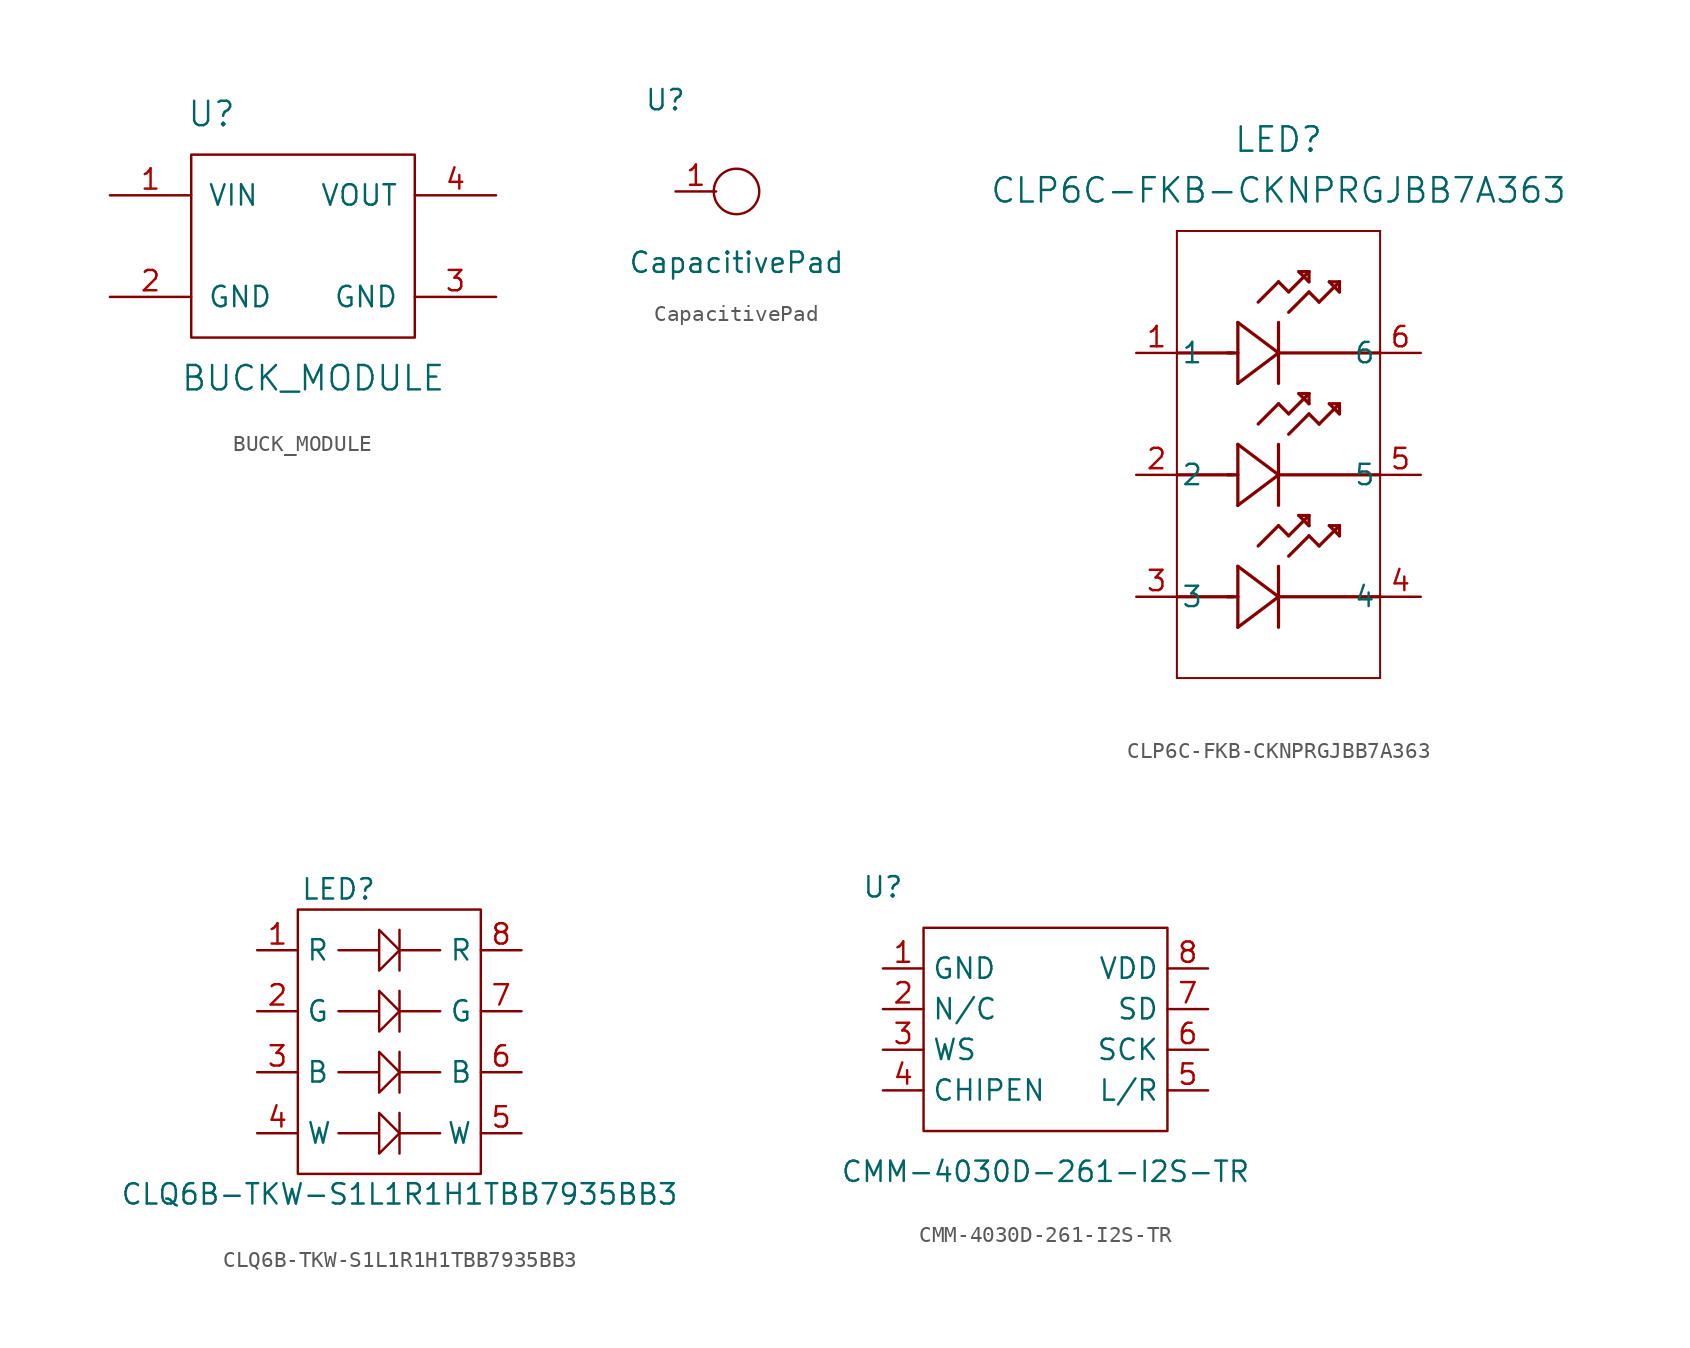
<source format=kicad_sym>
(kicad_symbol_lib
  (version 20231120)
  (generator "kicad_symbol_editor")
  (generator_version "8.0")
  (symbol "BUCK_MODULE"
    (pin_names
      (offset 1.016))
    (property "Reference" "U"
      (at -5.08 7.62 0)
      (effects (font (size 1.524 1.524))))
    (property "Value" "BUCK_MODULE"
      (at 1.27 -8.89 0)
      (effects (font (size 1.524 1.524))))
    (symbol "BUCK_MODULE_0_1"
      (rectangle (start -6.35 5.08) (end 7.62 -6.35) (stroke (width 0) (type default)) (fill (type none))))
    (symbol "BUCK_MODULE_1_1"
      (pin input line (at -11.43 2.54 0) (length 5.08) (name "VIN" (effects (font (size 1.27 1.27)))) (number "1" (effects (font (size 1.27 1.27)))))
      (pin input line (at -11.43 -3.81 0) (length 5.08) (name "GND" (effects (font (size 1.27 1.27)))) (number "2" (effects (font (size 1.27 1.27)))))
      (pin input line (at 12.7 -3.81 180) (length 5.08) (name "GND" (effects (font (size 1.27 1.27)))) (number "3" (effects (font (size 1.27 1.27)))))
      (pin input line (at 12.7 2.54 180) (length 5.08) (name "VOUT" (effects (font (size 1.27 1.27)))) (number "4" (effects (font (size 1.27 1.27)))))))
  (symbol "CapacitivePad"
    (property "Reference" "U"
      (at -4.445 5.715 0)
      (effects (font (size 1.27 1.27))))
    (property "Value" "CapacitivePad"
      (at 0 -4.445 0)
      (effects (font (size 1.27 1.27))))
    (symbol "CapacitivePad_0_1"
      (circle (center 0 0) (radius 1.42) (stroke (width 0) (type default)) (fill (type none))))
    (symbol "CapacitivePad_1_1"
      (pin input line (at -3.81 0 0) (length 2.54) (name "" (effects (font (size 1.27 1.27)))) (number "1" (effects (font (size 1.27 1.27)))))))
  (symbol "CLP6C-FKB-CKNPRGJBB7A363"
    (pin_names
      (offset 0.254))
    (property "Reference" "LED"
      (at 8.89 13.335 0)
      (effects (font (size 1.524 1.524))))
    (property "Value" "CLP6C-FKB-CKNPRGJBB7A363"
      (at 8.89 10.16 0)
      (effects (font (size 1.524 1.524))))
    (property "ki_locked" ""
      (at 0 0 0)
      (effects (font (size 1.27 1.27))))
    (symbol "CLP6C-FKB-CKNPRGJBB7A363_0_1"
      (polyline (pts (xy 2.54 -20.32) (xy 15.24 -20.32)) (stroke (width 0.127) (type default)) (fill (type none)))
      (polyline (pts (xy 2.54 -15.24) (xy 6.02 -15.24)) (stroke (width 0.203) (type default)) (fill (type none)))
      (polyline (pts (xy 2.54 -7.62) (xy 6.02 -7.62)) (stroke (width 0.203) (type default)) (fill (type none)))
      (polyline (pts (xy 2.54 0) (xy 6.02 0)) (stroke (width 0.203) (type default)) (fill (type none)))
      (polyline (pts (xy 2.54 7.62) (xy 2.54 -20.32)) (stroke (width 0.127) (type default)) (fill (type none)))
      (polyline (pts (xy 5.715 -15.24) (xy 6.35 -15.24)) (stroke (width 0.203) (type default)) (fill (type none)))
      (polyline (pts (xy 5.715 -7.62) (xy 6.35 -7.62)) (stroke (width 0.203) (type default)) (fill (type none)))
      (polyline (pts (xy 5.715 0) (xy 6.35 0)) (stroke (width 0.203) (type default)) (fill (type none)))
      (polyline (pts (xy 6.35 -17.145) (xy 8.89 -15.24)) (stroke (width 0.203) (type default)) (fill (type none)))
      (polyline (pts (xy 6.35 -13.335) (xy 6.35 -17.145)) (stroke (width 0.203) (type default)) (fill (type none)))
      (polyline (pts (xy 6.35 -9.525) (xy 8.89 -7.62)) (stroke (width 0.203) (type default)) (fill (type none)))
      (polyline (pts (xy 6.35 -5.715) (xy 6.35 -9.525)) (stroke (width 0.203) (type default)) (fill (type none)))
      (polyline (pts (xy 6.35 -1.905) (xy 8.89 0)) (stroke (width 0.203) (type default)) (fill (type none)))
      (polyline (pts (xy 6.35 1.905) (xy 6.35 -1.905)) (stroke (width 0.203) (type default)) (fill (type none)))
      (polyline (pts (xy 7.62 -12.065) (xy 8.89 -10.795)) (stroke (width 0.203) (type default)) (fill (type none)))
      (polyline (pts (xy 7.62 -4.445) (xy 8.89 -3.175)) (stroke (width 0.203) (type default)) (fill (type none)))
      (polyline (pts (xy 7.62 3.175) (xy 8.89 4.445)) (stroke (width 0.203) (type default)) (fill (type none)))
      (polyline (pts (xy 8.89 -17.145) (xy 8.89 -13.335)) (stroke (width 0.203) (type default)) (fill (type none)))
      (polyline (pts (xy 8.89 -15.24) (xy 6.35 -13.335)) (stroke (width 0.203) (type default)) (fill (type none)))
      (polyline (pts (xy 8.89 -15.24) (xy 15.24 -15.24)) (stroke (width 0.203) (type default)) (fill (type none)))
      (polyline (pts (xy 8.89 -10.795) (xy 9.525 -11.43)) (stroke (width 0.203) (type default)) (fill (type none)))
      (polyline (pts (xy 8.89 -9.525) (xy 8.89 -5.715)) (stroke (width 0.203) (type default)) (fill (type none)))
      (polyline (pts (xy 8.89 -7.62) (xy 6.35 -5.715)) (stroke (width 0.203) (type default)) (fill (type none)))
      (polyline (pts (xy 8.89 -7.62) (xy 15.24 -7.62)) (stroke (width 0.203) (type default)) (fill (type none)))
      (polyline (pts (xy 8.89 -3.175) (xy 9.525 -3.81)) (stroke (width 0.203) (type default)) (fill (type none)))
      (polyline (pts (xy 8.89 -1.905) (xy 8.89 1.905)) (stroke (width 0.203) (type default)) (fill (type none)))
      (polyline (pts (xy 8.89 0) (xy 6.35 1.905)) (stroke (width 0.203) (type default)) (fill (type none)))
      (polyline (pts (xy 8.89 0) (xy 15.24 0)) (stroke (width 0.203) (type default)) (fill (type none)))
      (polyline (pts (xy 8.89 4.445) (xy 9.525 3.81)) (stroke (width 0.203) (type default)) (fill (type none)))
      (polyline (pts (xy 9.525 -12.7) (xy 10.795 -11.43)) (stroke (width 0.203) (type default)) (fill (type none)))
      (polyline (pts (xy 9.525 -11.43) (xy 10.795 -10.16)) (stroke (width 0.203) (type default)) (fill (type none)))
      (polyline (pts (xy 9.525 -5.08) (xy 10.795 -3.81)) (stroke (width 0.203) (type default)) (fill (type none)))
      (polyline (pts (xy 9.525 -3.81) (xy 10.795 -2.54)) (stroke (width 0.203) (type default)) (fill (type none)))
      (polyline (pts (xy 9.525 2.54) (xy 10.795 3.81)) (stroke (width 0.203) (type default)) (fill (type none)))
      (polyline (pts (xy 9.525 3.81) (xy 10.795 5.08)) (stroke (width 0.203) (type default)) (fill (type none)))
      (polyline (pts (xy 10.16 -10.16) (xy 10.795 -10.795)) (stroke (width 0.203) (type default)) (fill (type none)))
      (polyline (pts (xy 10.16 -2.54) (xy 10.795 -3.175)) (stroke (width 0.203) (type default)) (fill (type none)))
      (polyline (pts (xy 10.16 5.08) (xy 10.795 4.445)) (stroke (width 0.203) (type default)) (fill (type none)))
      (polyline (pts (xy 10.795 -11.43) (xy 11.43 -12.065)) (stroke (width 0.203) (type default)) (fill (type none)))
      (polyline (pts (xy 10.795 -10.795) (xy 10.795 -10.16)) (stroke (width 0.203) (type default)) (fill (type none)))
      (polyline (pts (xy 10.795 -10.16) (xy 10.16 -10.16)) (stroke (width 0.203) (type default)) (fill (type none)))
      (polyline (pts (xy 10.795 -3.81) (xy 11.43 -4.445)) (stroke (width 0.203) (type default)) (fill (type none)))
      (polyline (pts (xy 10.795 -3.175) (xy 10.795 -2.54)) (stroke (width 0.203) (type default)) (fill (type none)))
      (polyline (pts (xy 10.795 -2.54) (xy 10.16 -2.54)) (stroke (width 0.203) (type default)) (fill (type none)))
      (polyline (pts (xy 10.795 3.81) (xy 11.43 3.175)) (stroke (width 0.203) (type default)) (fill (type none)))
      (polyline (pts (xy 10.795 4.445) (xy 10.795 5.08)) (stroke (width 0.203) (type default)) (fill (type none)))
      (polyline (pts (xy 10.795 5.08) (xy 10.16 5.08)) (stroke (width 0.203) (type default)) (fill (type none)))
      (polyline (pts (xy 11.43 -12.065) (xy 12.7 -10.795)) (stroke (width 0.203) (type default)) (fill (type none)))
      (polyline (pts (xy 11.43 -4.445) (xy 12.7 -3.175)) (stroke (width 0.203) (type default)) (fill (type none)))
      (polyline (pts (xy 11.43 3.175) (xy 12.7 4.445)) (stroke (width 0.203) (type default)) (fill (type none)))
      (polyline (pts (xy 12.065 -10.795) (xy 12.7 -11.43)) (stroke (width 0.203) (type default)) (fill (type none)))
      (polyline (pts (xy 12.065 -3.175) (xy 12.7 -3.81)) (stroke (width 0.203) (type default)) (fill (type none)))
      (polyline (pts (xy 12.065 4.445) (xy 12.7 3.81)) (stroke (width 0.203) (type default)) (fill (type none)))
      (polyline (pts (xy 12.7 -11.43) (xy 12.7 -10.795)) (stroke (width 0.203) (type default)) (fill (type none)))
      (polyline (pts (xy 12.7 -10.795) (xy 12.065 -10.795)) (stroke (width 0.203) (type default)) (fill (type none)))
      (polyline (pts (xy 12.7 -3.81) (xy 12.7 -3.175)) (stroke (width 0.203) (type default)) (fill (type none)))
      (polyline (pts (xy 12.7 -3.175) (xy 12.065 -3.175)) (stroke (width 0.203) (type default)) (fill (type none)))
      (polyline (pts (xy 12.7 3.81) (xy 12.7 4.445)) (stroke (width 0.203) (type default)) (fill (type none)))
      (polyline (pts (xy 12.7 4.445) (xy 12.065 4.445)) (stroke (width 0.203) (type default)) (fill (type none)))
      (polyline (pts (xy 15.24 -20.32) (xy 15.24 7.62)) (stroke (width 0.127) (type default)) (fill (type none)))
      (polyline (pts (xy 15.24 7.62) (xy 2.54 7.62)) (stroke (width 0.127) (type default)) (fill (type none)))
      (pin unspecified line (at 0 0 0) (length 2.54) (name "1" (effects (font (size 1.27 1.27)))) (number "1" (effects (font (size 1.27 1.27)))))
      (pin unspecified line (at 0 -7.62 0) (length 2.54) (name "2" (effects (font (size 1.27 1.27)))) (number "2" (effects (font (size 1.27 1.27)))))
      (pin unspecified line (at 0 -15.24 0) (length 2.54) (name "3" (effects (font (size 1.27 1.27)))) (number "3" (effects (font (size 1.27 1.27)))))
      (pin unspecified line (at 17.78 -15.24 180) (length 2.54) (name "4" (effects (font (size 1.27 1.27)))) (number "4" (effects (font (size 1.27 1.27)))))
      (pin unspecified line (at 17.78 -7.62 180) (length 2.54) (name "5" (effects (font (size 1.27 1.27)))) (number "5" (effects (font (size 1.27 1.27)))))
      (pin unspecified line (at 17.78 0 180) (length 2.54) (name "6" (effects (font (size 1.27 1.27)))) (number "6" (effects (font (size 1.27 1.27)))))))
  (symbol "CLQ6B-TKW-S1L1R1H1TBB7935BB3"
    (property "Reference" "LED"
      (at -3.81 10.16 0)
      (effects (font (size 1.27 1.27))))
    (property "Value" "CLQ6B-TKW-S1L1R1H1TBB7935BB3"
      (at 0 -8.89 0)
      (effects (font (size 1.27 1.27))))
    (symbol "CLQ6B-TKW-S1L1R1H1TBB7935BB3_0_1"
      (rectangle (start -6.35 8.89) (end 5.08 -7.62) (stroke (width 0) (type default)) (fill (type none)))
      (polyline (pts (xy 0 -5.08) (xy 2.54 -5.08)) (stroke (width 0) (type default)) (fill (type none)))
      (polyline (pts (xy 0 -3.81) (xy 0 -6.35)) (stroke (width 0) (type default)) (fill (type none)))
      (polyline (pts (xy 0 -1.27) (xy 2.54 -1.27)) (stroke (width 0) (type default)) (fill (type none)))
      (polyline (pts (xy 0 0) (xy 0 -2.54)) (stroke (width 0) (type default)) (fill (type none)))
      (polyline (pts (xy 0 2.54) (xy 2.54 2.54)) (stroke (width 0) (type default)) (fill (type none)))
      (polyline (pts (xy 0 3.81) (xy 0 1.27)) (stroke (width 0) (type default)) (fill (type none)))
      (polyline (pts (xy 0 6.35) (xy 2.54 6.35)) (stroke (width 0) (type default)) (fill (type none)))
      (polyline (pts (xy 0 7.62) (xy 0 5.08)) (stroke (width 0) (type default)) (fill (type none)))
      (polyline (pts (xy -3.81 -5.08) (xy -1.27 -5.08) (xy -1.27 -3.81) (xy 0 -5.08) (xy -1.27 -6.35) (xy -1.27 -5.08)) (stroke (width 0) (type default)) (fill (type none)))
      (polyline (pts (xy -3.81 -1.27) (xy -1.27 -1.27) (xy -1.27 0) (xy 0 -1.27) (xy -1.27 -2.54) (xy -1.27 -1.27)) (stroke (width 0) (type default)) (fill (type none)))
      (polyline (pts (xy -3.81 2.54) (xy -1.27 2.54) (xy -1.27 3.81) (xy 0 2.54) (xy -1.27 1.27) (xy -1.27 2.54)) (stroke (width 0) (type default)) (fill (type none)))
      (polyline (pts (xy -3.81 6.35) (xy -1.27 6.35) (xy -1.27 7.62) (xy 0 6.35) (xy -1.27 5.08) (xy -1.27 6.35)) (stroke (width 0) (type default)) (fill (type none))))
    (symbol "CLQ6B-TKW-S1L1R1H1TBB7935BB3_1_1"
      (pin input line (at -8.89 6.35 0) (length 2.54) (name "R" (effects (font (size 1.27 1.27)))) (number "1" (effects (font (size 1.27 1.27)))))
      (pin input line (at -8.89 2.54 0) (length 2.54) (name "G" (effects (font (size 1.27 1.27)))) (number "2" (effects (font (size 1.27 1.27)))))
      (pin input line (at -8.89 -1.27 0) (length 2.54) (name "B" (effects (font (size 1.27 1.27)))) (number "3" (effects (font (size 1.27 1.27)))))
      (pin input line (at -8.89 -5.08 0) (length 2.54) (name "W" (effects (font (size 1.27 1.27)))) (number "4" (effects (font (size 1.27 1.27)))))
      (pin input line (at 7.62 -5.08 180) (length 2.54) (name "W" (effects (font (size 1.27 1.27)))) (number "5" (effects (font (size 1.27 1.27)))))
      (pin input line (at 7.62 -1.27 180) (length 2.54) (name "B" (effects (font (size 1.27 1.27)))) (number "6" (effects (font (size 1.27 1.27)))))
      (pin input line (at 7.62 2.54 180) (length 2.54) (name "G" (effects (font (size 1.27 1.27)))) (number "7" (effects (font (size 1.27 1.27)))))
      (pin input line (at 7.62 6.35 180) (length 2.54) (name "R" (effects (font (size 1.27 1.27)))) (number "8" (effects (font (size 1.27 1.27)))))))
  (symbol "CMM-4030D-261-I2S-TR"
    (property "Reference" "U"
      (at -10.16 7.62 0)
      (effects (font (size 1.27 1.27))))
    (property "Value" "CMM-4030D-261-I2S-TR"
      (at 0 -10.16 0)
      (effects (font (size 1.27 1.27))))
    (symbol "CMM-4030D-261-I2S-TR_0_1"
      (rectangle (start -7.62 5.08) (end 7.62 -7.62) (stroke (width 0) (type default)) (fill (type none))))
    (symbol "CMM-4030D-261-I2S-TR_1_1"
      (pin input line (at -10.16 2.54 0) (length 2.54) (name "GND" (effects (font (size 1.27 1.27)))) (number "1" (effects (font (size 1.27 1.27)))))
      (pin input line (at -10.16 0 0) (length 2.54) (name "N/C" (effects (font (size 1.27 1.27)))) (number "2" (effects (font (size 1.27 1.27)))))
      (pin input line (at -10.16 -2.54 0) (length 2.54) (name "WS" (effects (font (size 1.27 1.27)))) (number "3" (effects (font (size 1.27 1.27)))))
      (pin input line (at -10.16 -5.08 0) (length 2.54) (name "CHIPEN" (effects (font (size 1.27 1.27)))) (number "4" (effects (font (size 1.27 1.27)))))
      (pin input line (at 10.16 -5.08 180) (length 2.54) (name "L/R" (effects (font (size 1.27 1.27)))) (number "5" (effects (font (size 1.27 1.27)))))
      (pin input line (at 10.16 -2.54 180) (length 2.54) (name "SCK" (effects (font (size 1.27 1.27)))) (number "6" (effects (font (size 1.27 1.27)))))
      (pin input line (at 10.16 0 180) (length 2.54) (name "SD" (effects (font (size 1.27 1.27)))) (number "7" (effects (font (size 1.27 1.27)))))
      (pin input line (at 10.16 2.54 180) (length 2.54) (name "VDD" (effects (font (size 1.27 1.27)))) (number "8" (effects (font (size 1.27 1.27))))))))
</source>
